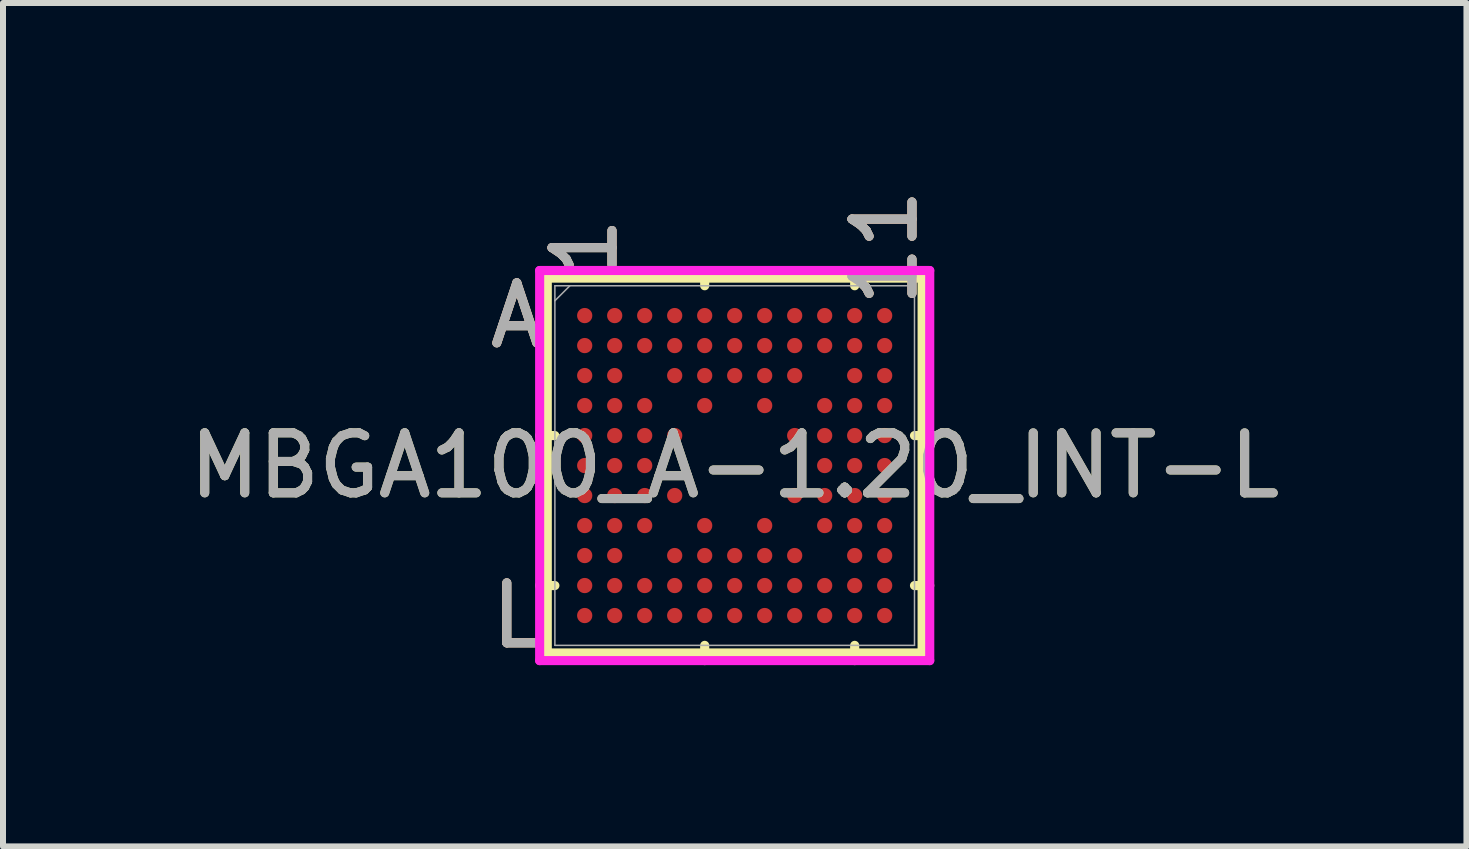
<source format=kicad_pcb>
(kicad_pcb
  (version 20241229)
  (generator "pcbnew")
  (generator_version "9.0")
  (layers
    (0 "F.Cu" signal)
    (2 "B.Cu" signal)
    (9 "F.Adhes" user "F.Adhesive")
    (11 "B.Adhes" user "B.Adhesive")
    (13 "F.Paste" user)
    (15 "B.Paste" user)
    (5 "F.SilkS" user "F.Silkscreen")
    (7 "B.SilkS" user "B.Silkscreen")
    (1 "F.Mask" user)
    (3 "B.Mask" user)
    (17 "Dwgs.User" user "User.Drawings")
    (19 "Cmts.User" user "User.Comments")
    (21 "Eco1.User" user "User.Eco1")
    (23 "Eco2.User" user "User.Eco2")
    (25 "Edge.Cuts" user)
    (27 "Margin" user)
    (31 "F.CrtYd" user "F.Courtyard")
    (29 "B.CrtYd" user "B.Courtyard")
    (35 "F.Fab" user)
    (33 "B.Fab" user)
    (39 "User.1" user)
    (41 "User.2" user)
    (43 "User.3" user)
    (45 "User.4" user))
  (footprint "MBGA100_A-1.20_INT-L"
    (layer "F.Cu")
    (at 9.196 4.71)
    (property "Reference" "MBGA100_A-1.20_INT-L" (at 0 0 0) (unlocked yes) (layer "F.SilkS") (effects (font (size 1 1) (thickness 0.15))))
    (attr smd)
    (fp_line (start -3.124 -3.124) (end -3.124 3.124) (stroke (width 0.152) (type solid)) (layer "F.SilkS"))
    (fp_line (start -3.124 3.124) (end 3.124 3.124) (stroke (width 0.152) (type solid)) (layer "F.SilkS"))
    (fp_line (start -2.997 -0.5) (end -3.251 -0.5) (stroke (width 0.152) (type solid)) (layer "F.SilkS"))
    (fp_line (start -2.997 2) (end -3.251 2) (stroke (width 0.152) (type solid)) (layer "F.SilkS"))
    (fp_line (start -0.5 -2.997) (end -0.5 -3.251) (stroke (width 0.152) (type solid)) (layer "F.SilkS"))
    (fp_line (start -0.5 2.997) (end -0.5 3.251) (stroke (width 0.152) (type solid)) (layer "F.SilkS"))
    (fp_line (start 2 -2.997) (end 2 -3.251) (stroke (width 0.152) (type solid)) (layer "F.SilkS"))
    (fp_line (start 2 2.997) (end 2 3.251) (stroke (width 0.152) (type solid)) (layer "F.SilkS"))
    (fp_line (start 2.997 -0.5) (end 3.251 -0.5) (stroke (width 0.152) (type solid)) (layer "F.SilkS"))
    (fp_line (start 2.997 2) (end 3.251 2) (stroke (width 0.152) (type solid)) (layer "F.SilkS"))
    (fp_line (start 3.124 -3.124) (end -3.124 -3.124) (stroke (width 0.152) (type solid)) (layer "F.SilkS"))
    (fp_line (start 3.124 3.124) (end 3.124 -3.124) (stroke (width 0.152) (type solid)) (layer "F.SilkS"))
    (fp_poly (pts (xy -3.195 -3.195) (xy 3.195 -3.195) (xy 3.195 3.195) (xy -3.195 3.195)) (stroke (width 0.1) (type solid)) (fill no) (layer "Eco2.User"))
    (fp_line (start -3.251 -3.251) (end 3.251 -3.251) (stroke (width 0.152) (type solid)) (layer "F.CrtYd"))
    (fp_line (start -3.251 3.251) (end -3.251 -3.251) (stroke (width 0.152) (type solid)) (layer "F.CrtYd"))
    (fp_line (start 3.251 -3.251) (end 3.251 3.251) (stroke (width 0.152) (type solid)) (layer "F.CrtYd"))
    (fp_line (start 3.251 3.251) (end -3.251 3.251) (stroke (width 0.152) (type solid)) (layer "F.CrtYd"))
    (fp_line (start -2.997 -2.997) (end -2.997 2.997) (stroke (width 0.025) (type solid)) (layer "F.Fab"))
    (fp_line (start -2.997 2.997) (end 2.997 2.997) (stroke (width 0.025) (type solid)) (layer "F.Fab"))
    (fp_line (start -2.747 -2.997) (end -2.997 -2.747) (stroke (width 0.025) (type solid)) (layer "F.Fab"))
    (fp_line (start 2.997 -2.997) (end -2.997 -2.997) (stroke (width 0.025) (type solid)) (layer "F.Fab"))
    (fp_line (start 2.997 2.997) (end 2.997 -2.997) (stroke (width 0.025) (type solid)) (layer "F.Fab"))
    (fp_text user "1" (at -2.5 -3.632 90) (unlocked yes) (layer "F.SilkS") (effects (font (size 1 1) (thickness 0.15))))
    (fp_text user "A" (at -3.632 -2.5 0) (unlocked yes) (layer "F.SilkS") (effects (font (size 1 1) (thickness 0.15))))
    (fp_text user "11" (at 2.5 -3.632 90) (unlocked yes) (layer "F.SilkS") (effects (font (size 1 1) (thickness 0.15))))
    (fp_text user "L" (at -3.632 2.5 0) (unlocked yes) (layer "F.SilkS") (effects (font (size 1 1) (thickness 0.15))))
    (fp_text user "11" (at 2.5 -3.632 90) (unlocked yes) (layer "B.SilkS") (effects (font (size 1 1) (thickness 0.15))))
    (fp_text user "1" (at -2.5 -3.632 90) (unlocked yes) (layer "B.SilkS") (effects (font (size 1 1) (thickness 0.15))))
    (fp_text user "L" (at -3.632 2.5 0) (unlocked yes) (layer "B.SilkS") (effects (font (size 1 1) (thickness 0.15))))
    (fp_text user "A" (at -3.632 -2.5 0) (unlocked yes) (layer "B.SilkS") (effects (font (size 1 1) (thickness 0.15))))
    (fp_text user "${REFERENCE}" (at 0 0 0) (unlocked yes) (layer "F.Fab") (effects (font (size 1 1) (thickness 0.15))))
    (fp_text user "L" (at -3.632 2.5 0) (unlocked yes) (layer "F.Fab") (effects (font (size 1 1) (thickness 0.15))))
    (fp_text user "1" (at -2.5 -3.632 90) (unlocked yes) (layer "F.Fab") (effects (font (size 1 1) (thickness 0.15))))
    (fp_text user "A" (at -3.632 -2.5 0) (unlocked yes) (layer "F.Fab") (effects (font (size 1 1) (thickness 0.15))))
    (fp_text user "11" (at 2.5 -3.632 90) (unlocked yes) (layer "F.Fab") (effects (font (size 1 1) (thickness 0.15))))
    (pad "A1" smd circle (at -2.5 -2.5) (size 0.254 0.254) (layers "F.Cu" "F.Mask" "F.Paste"))
    (pad "A2" smd circle (at -2 -2.5) (size 0.254 0.254) (layers "F.Cu" "F.Mask" "F.Paste"))
    (pad "A3" smd circle (at -1.5 -2.5) (size 0.254 0.254) (layers "F.Cu" "F.Mask" "F.Paste"))
    (pad "A4" smd circle (at -1 -2.5) (size 0.254 0.254) (layers "F.Cu" "F.Mask" "F.Paste"))
    (pad "A5" smd circle (at -0.5 -2.5) (size 0.254 0.254) (layers "F.Cu" "F.Mask" "F.Paste"))
    (pad "A6" smd circle (at 0 -2.5) (size 0.254 0.254) (layers "F.Cu" "F.Mask" "F.Paste"))
    (pad "A7" smd circle (at 0.5 -2.5) (size 0.254 0.254) (layers "F.Cu" "F.Mask" "F.Paste"))
    (pad "A8" smd circle (at 1 -2.5) (size 0.254 0.254) (layers "F.Cu" "F.Mask" "F.Paste"))
    (pad "A9" smd circle (at 1.5 -2.5) (size 0.254 0.254) (layers "F.Cu" "F.Mask" "F.Paste"))
    (pad "A10" smd circle (at 2 -2.5) (size 0.254 0.254) (layers "F.Cu" "F.Mask" "F.Paste"))
    (pad "A11" smd circle (at 2.5 -2.5) (size 0.254 0.254) (layers "F.Cu" "F.Mask" "F.Paste"))
    (pad "B1" smd circle (at -2.5 -2) (size 0.254 0.254) (layers "F.Cu" "F.Mask" "F.Paste"))
    (pad "B2" smd circle (at -2 -2) (size 0.254 0.254) (layers "F.Cu" "F.Mask" "F.Paste"))
    (pad "B3" smd circle (at -1.5 -2) (size 0.254 0.254) (layers "F.Cu" "F.Mask" "F.Paste"))
    (pad "B4" smd circle (at -1 -2) (size 0.254 0.254) (layers "F.Cu" "F.Mask" "F.Paste"))
    (pad "B5" smd circle (at -0.5 -2) (size 0.254 0.254) (layers "F.Cu" "F.Mask" "F.Paste"))
    (pad "B6" smd circle (at 0 -2) (size 0.254 0.254) (layers "F.Cu" "F.Mask" "F.Paste"))
    (pad "B7" smd circle (at 0.5 -2) (size 0.254 0.254) (layers "F.Cu" "F.Mask" "F.Paste"))
    (pad "B8" smd circle (at 1 -2) (size 0.254 0.254) (layers "F.Cu" "F.Mask" "F.Paste"))
    (pad "B9" smd circle (at 1.5 -2) (size 0.254 0.254) (layers "F.Cu" "F.Mask" "F.Paste"))
    (pad "B10" smd circle (at 2 -2) (size 0.254 0.254) (layers "F.Cu" "F.Mask" "F.Paste"))
    (pad "B11" smd circle (at 2.5 -2) (size 0.254 0.254) (layers "F.Cu" "F.Mask" "F.Paste"))
    (pad "C1" smd circle (at -2.5 -1.5) (size 0.254 0.254) (layers "F.Cu" "F.Mask" "F.Paste"))
    (pad "C2" smd circle (at -2 -1.5) (size 0.254 0.254) (layers "F.Cu" "F.Mask" "F.Paste"))
    (pad "C4" smd circle (at -1 -1.5) (size 0.254 0.254) (layers "F.Cu" "F.Mask" "F.Paste"))
    (pad "C5" smd circle (at -0.5 -1.5) (size 0.254 0.254) (layers "F.Cu" "F.Mask" "F.Paste"))
    (pad "C6" smd circle (at 0 -1.5) (size 0.254 0.254) (layers "F.Cu" "F.Mask" "F.Paste"))
    (pad "C7" smd circle (at 0.5 -1.5) (size 0.254 0.254) (layers "F.Cu" "F.Mask" "F.Paste"))
    (pad "C8" smd circle (at 1 -1.5) (size 0.254 0.254) (layers "F.Cu" "F.Mask" "F.Paste"))
    (pad "C10" smd circle (at 2 -1.5) (size 0.254 0.254) (layers "F.Cu" "F.Mask" "F.Paste"))
    (pad "C11" smd circle (at 2.5 -1.5) (size 0.254 0.254) (layers "F.Cu" "F.Mask" "F.Paste"))
    (pad "D1" smd circle (at -2.5 -1) (size 0.254 0.254) (layers "F.Cu" "F.Mask" "F.Paste"))
    (pad "D2" smd circle (at -2 -1) (size 0.254 0.254) (layers "F.Cu" "F.Mask" "F.Paste"))
    (pad "D3" smd circle (at -1.5 -1) (size 0.254 0.254) (layers "F.Cu" "F.Mask" "F.Paste"))
    (pad "D5" smd circle (at -0.5 -1) (size 0.254 0.254) (layers "F.Cu" "F.Mask" "F.Paste"))
    (pad "D7" smd circle (at 0.5 -1) (size 0.254 0.254) (layers "F.Cu" "F.Mask" "F.Paste"))
    (pad "D9" smd circle (at 1.5 -1) (size 0.254 0.254) (layers "F.Cu" "F.Mask" "F.Paste"))
    (pad "D10" smd circle (at 2 -1) (size 0.254 0.254) (layers "F.Cu" "F.Mask" "F.Paste"))
    (pad "D11" smd circle (at 2.5 -1) (size 0.254 0.254) (layers "F.Cu" "F.Mask" "F.Paste"))
    (pad "E1" smd circle (at -2.5 -0.5) (size 0.254 0.254) (layers "F.Cu" "F.Mask" "F.Paste"))
    (pad "E2" smd circle (at -2 -0.5) (size 0.254 0.254) (layers "F.Cu" "F.Mask" "F.Paste"))
    (pad "E3" smd circle (at -1.5 -0.5) (size 0.254 0.254) (layers "F.Cu" "F.Mask" "F.Paste"))
    (pad "E4" smd circle (at -1 -0.5) (size 0.254 0.254) (layers "F.Cu" "F.Mask" "F.Paste"))
    (pad "E8" smd circle (at 1 -0.5) (size 0.254 0.254) (layers "F.Cu" "F.Mask" "F.Paste"))
    (pad "E9" smd circle (at 1.5 -0.5) (size 0.254 0.254) (layers "F.Cu" "F.Mask" "F.Paste"))
    (pad "E10" smd circle (at 2 -0.5) (size 0.254 0.254) (layers "F.Cu" "F.Mask" "F.Paste"))
    (pad "E11" smd circle (at 2.5 -0.5) (size 0.254 0.254) (layers "F.Cu" "F.Mask" "F.Paste"))
    (pad "F1" smd circle (at -2.5 0) (size 0.254 0.254) (layers "F.Cu" "F.Mask" "F.Paste"))
    (pad "F2" smd circle (at -2 0) (size 0.254 0.254) (layers "F.Cu" "F.Mask" "F.Paste"))
    (pad "F3" smd circle (at -1.5 0) (size 0.254 0.254) (layers "F.Cu" "F.Mask" "F.Paste"))
    (pad "F9" smd circle (at 1.5 0) (size 0.254 0.254) (layers "F.Cu" "F.Mask" "F.Paste"))
    (pad "F10" smd circle (at 2 0) (size 0.254 0.254) (layers "F.Cu" "F.Mask" "F.Paste"))
    (pad "F11" smd circle (at 2.5 0) (size 0.254 0.254) (layers "F.Cu" "F.Mask" "F.Paste"))
    (pad "G1" smd circle (at -2.5 0.5) (size 0.254 0.254) (layers "F.Cu" "F.Mask" "F.Paste"))
    (pad "G2" smd circle (at -2 0.5) (size 0.254 0.254) (layers "F.Cu" "F.Mask" "F.Paste"))
    (pad "G3" smd circle (at -1.5 0.5) (size 0.254 0.254) (layers "F.Cu" "F.Mask" "F.Paste"))
    (pad "G4" smd circle (at -1 0.5) (size 0.254 0.254) (layers "F.Cu" "F.Mask" "F.Paste"))
    (pad "G8" smd circle (at 1 0.5) (size 0.254 0.254) (layers "F.Cu" "F.Mask" "F.Paste"))
    (pad "G9" smd circle (at 1.5 0.5) (size 0.254 0.254) (layers "F.Cu" "F.Mask" "F.Paste"))
    (pad "G10" smd circle (at 2 0.5) (size 0.254 0.254) (layers "F.Cu" "F.Mask" "F.Paste"))
    (pad "G11" smd circle (at 2.5 0.5) (size 0.254 0.254) (layers "F.Cu" "F.Mask" "F.Paste"))
    (pad "H1" smd circle (at -2.5 1) (size 0.254 0.254) (layers "F.Cu" "F.Mask" "F.Paste"))
    (pad "H2" smd circle (at -2 1) (size 0.254 0.254) (layers "F.Cu" "F.Mask" "F.Paste"))
    (pad "H3" smd circle (at -1.5 1) (size 0.254 0.254) (layers "F.Cu" "F.Mask" "F.Paste"))
    (pad "H5" smd circle (at -0.5 1) (size 0.254 0.254) (layers "F.Cu" "F.Mask" "F.Paste"))
    (pad "H7" smd circle (at 0.5 1) (size 0.254 0.254) (layers "F.Cu" "F.Mask" "F.Paste"))
    (pad "H9" smd circle (at 1.5 1) (size 0.254 0.254) (layers "F.Cu" "F.Mask" "F.Paste"))
    (pad "H10" smd circle (at 2 1) (size 0.254 0.254) (layers "F.Cu" "F.Mask" "F.Paste"))
    (pad "H11" smd circle (at 2.5 1) (size 0.254 0.254) (layers "F.Cu" "F.Mask" "F.Paste"))
    (pad "J1" smd circle (at -2.5 1.5) (size 0.254 0.254) (layers "F.Cu" "F.Mask" "F.Paste"))
    (pad "J2" smd circle (at -2 1.5) (size 0.254 0.254) (layers "F.Cu" "F.Mask" "F.Paste"))
    (pad "J4" smd circle (at -1 1.5) (size 0.254 0.254) (layers "F.Cu" "F.Mask" "F.Paste"))
    (pad "J5" smd circle (at -0.5 1.5) (size 0.254 0.254) (layers "F.Cu" "F.Mask" "F.Paste"))
    (pad "J6" smd circle (at 0 1.5) (size 0.254 0.254) (layers "F.Cu" "F.Mask" "F.Paste"))
    (pad "J7" smd circle (at 0.5 1.5) (size 0.254 0.254) (layers "F.Cu" "F.Mask" "F.Paste"))
    (pad "J8" smd circle (at 1 1.5) (size 0.254 0.254) (layers "F.Cu" "F.Mask" "F.Paste"))
    (pad "J10" smd circle (at 2 1.5) (size 0.254 0.254) (layers "F.Cu" "F.Mask" "F.Paste"))
    (pad "J11" smd circle (at 2.5 1.5) (size 0.254 0.254) (layers "F.Cu" "F.Mask" "F.Paste"))
    (pad "K1" smd circle (at -2.5 2) (size 0.254 0.254) (layers "F.Cu" "F.Mask" "F.Paste"))
    (pad "K2" smd circle (at -2 2) (size 0.254 0.254) (layers "F.Cu" "F.Mask" "F.Paste"))
    (pad "K3" smd circle (at -1.5 2) (size 0.254 0.254) (layers "F.Cu" "F.Mask" "F.Paste"))
    (pad "K4" smd circle (at -1 2) (size 0.254 0.254) (layers "F.Cu" "F.Mask" "F.Paste"))
    (pad "K5" smd circle (at -0.5 2) (size 0.254 0.254) (layers "F.Cu" "F.Mask" "F.Paste"))
    (pad "K6" smd circle (at 0 2) (size 0.254 0.254) (layers "F.Cu" "F.Mask" "F.Paste"))
    (pad "K7" smd circle (at 0.5 2) (size 0.254 0.254) (layers "F.Cu" "F.Mask" "F.Paste"))
    (pad "K8" smd circle (at 1 2) (size 0.254 0.254) (layers "F.Cu" "F.Mask" "F.Paste"))
    (pad "K9" smd circle (at 1.5 2) (size 0.254 0.254) (layers "F.Cu" "F.Mask" "F.Paste"))
    (pad "K10" smd circle (at 2 2) (size 0.254 0.254) (layers "F.Cu" "F.Mask" "F.Paste"))
    (pad "K11" smd circle (at 2.5 2) (size 0.254 0.254) (layers "F.Cu" "F.Mask" "F.Paste"))
    (pad "L1" smd circle (at -2.5 2.5) (size 0.254 0.254) (layers "F.Cu" "F.Mask" "F.Paste"))
    (pad "L2" smd circle (at -2 2.5) (size 0.254 0.254) (layers "F.Cu" "F.Mask" "F.Paste"))
    (pad "L3" smd circle (at -1.5 2.5) (size 0.254 0.254) (layers "F.Cu" "F.Mask" "F.Paste"))
    (pad "L4" smd circle (at -1 2.5) (size 0.254 0.254) (layers "F.Cu" "F.Mask" "F.Paste"))
    (pad "L5" smd circle (at -0.5 2.5) (size 0.254 0.254) (layers "F.Cu" "F.Mask" "F.Paste"))
    (pad "L6" smd circle (at 0 2.5) (size 0.254 0.254) (layers "F.Cu" "F.Mask" "F.Paste"))
    (pad "L7" smd circle (at 0.5 2.5) (size 0.254 0.254) (layers "F.Cu" "F.Mask" "F.Paste"))
    (pad "L8" smd circle (at 1 2.5) (size 0.254 0.254) (layers "F.Cu" "F.Mask" "F.Paste"))
    (pad "L9" smd circle (at 1.5 2.5) (size 0.254 0.254) (layers "F.Cu" "F.Mask" "F.Paste"))
    (pad "L10" smd circle (at 2 2.5) (size 0.254 0.254) (layers "F.Cu" "F.Mask" "F.Paste"))
    (pad "L11" smd circle (at 2.5 2.5) (size 0.254 0.254) (layers "F.Cu" "F.Mask" "F.Paste")))
  (gr_rect
    (start -3 -3)
    (end 21.393 11.058)
    (stroke (width 0.1) (type default))
    (fill no)
    (layer "Edge.Cuts")))
</source>
